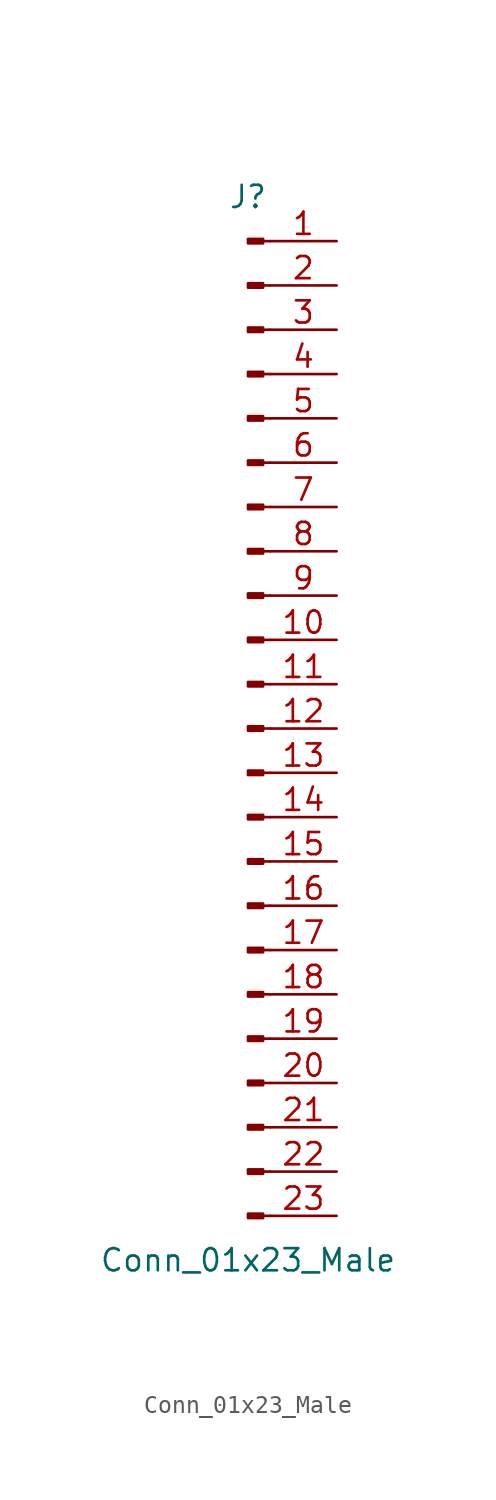
<source format=kicad_sym>
(kicad_symbol_lib
  (version 20220914)
  (generator kicad_symbol_editor)
  (symbol "Conn_01x23_Male"
    (pin_names
      (offset 1.016) hide)
    (property "Reference" "J"
      (at 0 30.48 0)
      (effects (font (size 1.27 1.27))))
    (property "Value" "Conn_01x23_Male"
      (at 0 -30.48 0)
      (effects (font (size 1.27 1.27))))
    (symbol "Conn_01x23_Male_1_1"
      (polyline (pts (xy 1.27 -27.94) (xy 0.864 -27.94)) (stroke (width 0.152) (type default)) (fill (type none)))
      (polyline (pts (xy 1.27 -25.4) (xy 0.864 -25.4)) (stroke (width 0.152) (type default)) (fill (type none)))
      (polyline (pts (xy 1.27 -22.86) (xy 0.864 -22.86)) (stroke (width 0.152) (type default)) (fill (type none)))
      (polyline (pts (xy 1.27 -20.32) (xy 0.864 -20.32)) (stroke (width 0.152) (type default)) (fill (type none)))
      (polyline (pts (xy 1.27 -17.78) (xy 0.864 -17.78)) (stroke (width 0.152) (type default)) (fill (type none)))
      (polyline (pts (xy 1.27 -15.24) (xy 0.864 -15.24)) (stroke (width 0.152) (type default)) (fill (type none)))
      (polyline (pts (xy 1.27 -12.7) (xy 0.864 -12.7)) (stroke (width 0.152) (type default)) (fill (type none)))
      (polyline (pts (xy 1.27 -10.16) (xy 0.864 -10.16)) (stroke (width 0.152) (type default)) (fill (type none)))
      (polyline (pts (xy 1.27 -7.62) (xy 0.864 -7.62)) (stroke (width 0.152) (type default)) (fill (type none)))
      (polyline (pts (xy 1.27 -5.08) (xy 0.864 -5.08)) (stroke (width 0.152) (type default)) (fill (type none)))
      (polyline (pts (xy 1.27 -2.54) (xy 0.864 -2.54)) (stroke (width 0.152) (type default)) (fill (type none)))
      (polyline (pts (xy 1.27 0) (xy 0.864 0)) (stroke (width 0.152) (type default)) (fill (type none)))
      (polyline (pts (xy 1.27 2.54) (xy 0.864 2.54)) (stroke (width 0.152) (type default)) (fill (type none)))
      (polyline (pts (xy 1.27 5.08) (xy 0.864 5.08)) (stroke (width 0.152) (type default)) (fill (type none)))
      (polyline (pts (xy 1.27 7.62) (xy 0.864 7.62)) (stroke (width 0.152) (type default)) (fill (type none)))
      (polyline (pts (xy 1.27 10.16) (xy 0.864 10.16)) (stroke (width 0.152) (type default)) (fill (type none)))
      (polyline (pts (xy 1.27 12.7) (xy 0.864 12.7)) (stroke (width 0.152) (type default)) (fill (type none)))
      (polyline (pts (xy 1.27 15.24) (xy 0.864 15.24)) (stroke (width 0.152) (type default)) (fill (type none)))
      (polyline (pts (xy 1.27 17.78) (xy 0.864 17.78)) (stroke (width 0.152) (type default)) (fill (type none)))
      (polyline (pts (xy 1.27 20.32) (xy 0.864 20.32)) (stroke (width 0.152) (type default)) (fill (type none)))
      (polyline (pts (xy 1.27 22.86) (xy 0.864 22.86)) (stroke (width 0.152) (type default)) (fill (type none)))
      (polyline (pts (xy 1.27 25.4) (xy 0.864 25.4)) (stroke (width 0.152) (type default)) (fill (type none)))
      (polyline (pts (xy 1.27 27.94) (xy 0.864 27.94)) (stroke (width 0.152) (type default)) (fill (type none)))
      (rectangle (start 0.864 -27.813) (end 0 -28.067) (stroke (width 0.152) (type default)) (fill (type outline)))
      (rectangle (start 0.864 -25.273) (end 0 -25.527) (stroke (width 0.152) (type default)) (fill (type outline)))
      (rectangle (start 0.864 -22.733) (end 0 -22.987) (stroke (width 0.152) (type default)) (fill (type outline)))
      (rectangle (start 0.864 -20.193) (end 0 -20.447) (stroke (width 0.152) (type default)) (fill (type outline)))
      (rectangle (start 0.864 -17.653) (end 0 -17.907) (stroke (width 0.152) (type default)) (fill (type outline)))
      (rectangle (start 0.864 -15.113) (end 0 -15.367) (stroke (width 0.152) (type default)) (fill (type outline)))
      (rectangle (start 0.864 -12.573) (end 0 -12.827) (stroke (width 0.152) (type default)) (fill (type outline)))
      (rectangle (start 0.864 -10.033) (end 0 -10.287) (stroke (width 0.152) (type default)) (fill (type outline)))
      (rectangle (start 0.864 -7.493) (end 0 -7.747) (stroke (width 0.152) (type default)) (fill (type outline)))
      (rectangle (start 0.864 -4.953) (end 0 -5.207) (stroke (width 0.152) (type default)) (fill (type outline)))
      (rectangle (start 0.864 -2.413) (end 0 -2.667) (stroke (width 0.152) (type default)) (fill (type outline)))
      (rectangle (start 0.864 0.127) (end 0 -0.127) (stroke (width 0.152) (type default)) (fill (type outline)))
      (rectangle (start 0.864 2.667) (end 0 2.413) (stroke (width 0.152) (type default)) (fill (type outline)))
      (rectangle (start 0.864 5.207) (end 0 4.953) (stroke (width 0.152) (type default)) (fill (type outline)))
      (rectangle (start 0.864 7.747) (end 0 7.493) (stroke (width 0.152) (type default)) (fill (type outline)))
      (rectangle (start 0.864 10.287) (end 0 10.033) (stroke (width 0.152) (type default)) (fill (type outline)))
      (rectangle (start 0.864 12.827) (end 0 12.573) (stroke (width 0.152) (type default)) (fill (type outline)))
      (rectangle (start 0.864 15.367) (end 0 15.113) (stroke (width 0.152) (type default)) (fill (type outline)))
      (rectangle (start 0.864 17.907) (end 0 17.653) (stroke (width 0.152) (type default)) (fill (type outline)))
      (rectangle (start 0.864 20.447) (end 0 20.193) (stroke (width 0.152) (type default)) (fill (type outline)))
      (rectangle (start 0.864 22.987) (end 0 22.733) (stroke (width 0.152) (type default)) (fill (type outline)))
      (rectangle (start 0.864 25.527) (end 0 25.273) (stroke (width 0.152) (type default)) (fill (type outline)))
      (rectangle (start 0.864 28.067) (end 0 27.813) (stroke (width 0.152) (type default)) (fill (type outline)))
      (pin passive line (at 5.08 27.94 180) (length 3.81) (name "Pin_1" (effects (font (size 1.27 1.27)))) (number "1" (effects (font (size 1.27 1.27)))))
      (pin passive line (at 5.08 5.08 180) (length 3.81) (name "Pin_10" (effects (font (size 1.27 1.27)))) (number "10" (effects (font (size 1.27 1.27)))))
      (pin passive line (at 5.08 2.54 180) (length 3.81) (name "Pin_11" (effects (font (size 1.27 1.27)))) (number "11" (effects (font (size 1.27 1.27)))))
      (pin passive line (at 5.08 0 180) (length 3.81) (name "Pin_12" (effects (font (size 1.27 1.27)))) (number "12" (effects (font (size 1.27 1.27)))))
      (pin passive line (at 5.08 -2.54 180) (length 3.81) (name "Pin_13" (effects (font (size 1.27 1.27)))) (number "13" (effects (font (size 1.27 1.27)))))
      (pin passive line (at 5.08 -5.08 180) (length 3.81) (name "Pin_14" (effects (font (size 1.27 1.27)))) (number "14" (effects (font (size 1.27 1.27)))))
      (pin passive line (at 5.08 -7.62 180) (length 3.81) (name "Pin_15" (effects (font (size 1.27 1.27)))) (number "15" (effects (font (size 1.27 1.27)))))
      (pin passive line (at 5.08 -10.16 180) (length 3.81) (name "Pin_16" (effects (font (size 1.27 1.27)))) (number "16" (effects (font (size 1.27 1.27)))))
      (pin passive line (at 5.08 -12.7 180) (length 3.81) (name "Pin_17" (effects (font (size 1.27 1.27)))) (number "17" (effects (font (size 1.27 1.27)))))
      (pin passive line (at 5.08 -15.24 180) (length 3.81) (name "Pin_18" (effects (font (size 1.27 1.27)))) (number "18" (effects (font (size 1.27 1.27)))))
      (pin passive line (at 5.08 -17.78 180) (length 3.81) (name "Pin_19" (effects (font (size 1.27 1.27)))) (number "19" (effects (font (size 1.27 1.27)))))
      (pin passive line (at 5.08 25.4 180) (length 3.81) (name "Pin_2" (effects (font (size 1.27 1.27)))) (number "2" (effects (font (size 1.27 1.27)))))
      (pin passive line (at 5.08 -20.32 180) (length 3.81) (name "Pin_20" (effects (font (size 1.27 1.27)))) (number "20" (effects (font (size 1.27 1.27)))))
      (pin passive line (at 5.08 -22.86 180) (length 3.81) (name "Pin_21" (effects (font (size 1.27 1.27)))) (number "21" (effects (font (size 1.27 1.27)))))
      (pin passive line (at 5.08 -25.4 180) (length 3.81) (name "Pin_22" (effects (font (size 1.27 1.27)))) (number "22" (effects (font (size 1.27 1.27)))))
      (pin passive line (at 5.08 -27.94 180) (length 3.81) (name "Pin_23" (effects (font (size 1.27 1.27)))) (number "23" (effects (font (size 1.27 1.27)))))
      (pin passive line (at 5.08 22.86 180) (length 3.81) (name "Pin_3" (effects (font (size 1.27 1.27)))) (number "3" (effects (font (size 1.27 1.27)))))
      (pin passive line (at 5.08 20.32 180) (length 3.81) (name "Pin_4" (effects (font (size 1.27 1.27)))) (number "4" (effects (font (size 1.27 1.27)))))
      (pin passive line (at 5.08 17.78 180) (length 3.81) (name "Pin_5" (effects (font (size 1.27 1.27)))) (number "5" (effects (font (size 1.27 1.27)))))
      (pin passive line (at 5.08 15.24 180) (length 3.81) (name "Pin_6" (effects (font (size 1.27 1.27)))) (number "6" (effects (font (size 1.27 1.27)))))
      (pin passive line (at 5.08 12.7 180) (length 3.81) (name "Pin_7" (effects (font (size 1.27 1.27)))) (number "7" (effects (font (size 1.27 1.27)))))
      (pin passive line (at 5.08 10.16 180) (length 3.81) (name "Pin_8" (effects (font (size 1.27 1.27)))) (number "8" (effects (font (size 1.27 1.27)))))
      (pin passive line (at 5.08 7.62 180) (length 3.81) (name "Pin_9" (effects (font (size 1.27 1.27)))) (number "9" (effects (font (size 1.27 1.27))))))))
</source>
